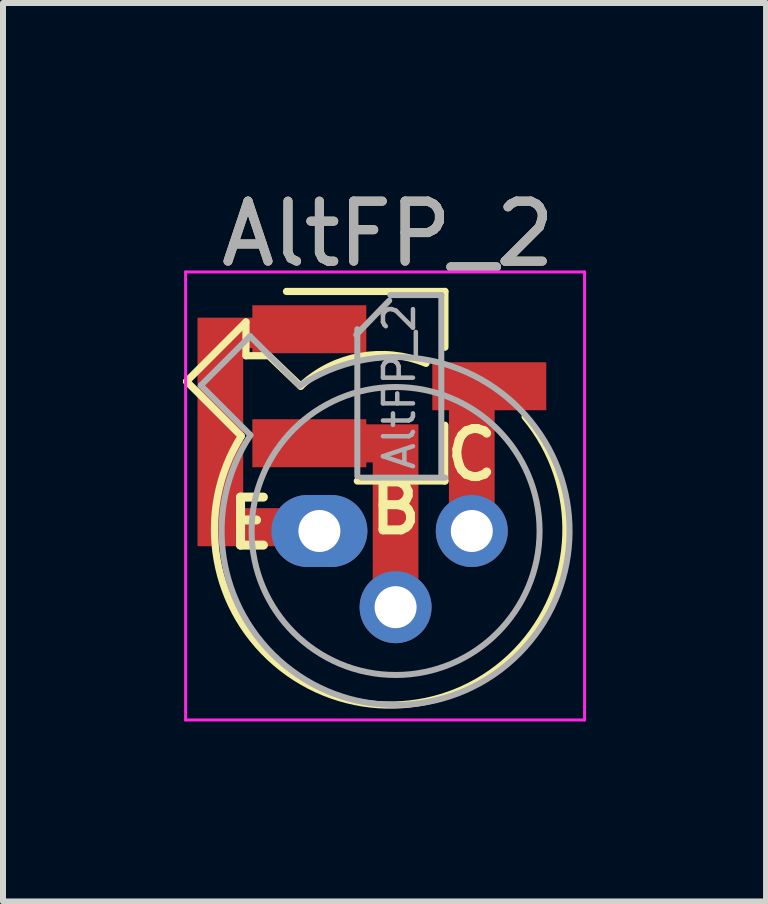
<source format=kicad_pcb>
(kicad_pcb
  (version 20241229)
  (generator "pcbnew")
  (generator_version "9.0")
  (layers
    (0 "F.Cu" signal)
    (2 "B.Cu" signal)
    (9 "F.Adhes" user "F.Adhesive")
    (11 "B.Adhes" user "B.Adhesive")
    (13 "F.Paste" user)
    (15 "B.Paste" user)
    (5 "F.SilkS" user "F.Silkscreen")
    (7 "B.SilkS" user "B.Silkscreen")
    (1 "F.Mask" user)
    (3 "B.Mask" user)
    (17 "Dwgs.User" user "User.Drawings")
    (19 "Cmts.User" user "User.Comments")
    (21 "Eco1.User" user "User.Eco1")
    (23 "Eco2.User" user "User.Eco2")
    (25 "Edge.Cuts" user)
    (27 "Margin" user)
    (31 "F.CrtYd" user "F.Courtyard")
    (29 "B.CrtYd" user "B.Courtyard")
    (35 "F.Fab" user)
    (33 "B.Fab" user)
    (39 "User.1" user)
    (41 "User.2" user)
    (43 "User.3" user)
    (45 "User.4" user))
  (footprint "AltFP_2"
    (layer "F.Cu")
    (at 2.274 5.801)
    (property "Reference" "AltFP_2" (at 1.143 -4.953 0) (layer "F.SilkS") (effects (font (size 1 1) (thickness 0.15))))
    (attr through_hole)
    (fp_rect (start 2.159 -2.159) (end 2.921 -0.127) (stroke (width 0) (type solid)) (fill yes) (layer "F.Cu"))
    (fp_poly (pts (xy 1.651 1.143) (xy 0.889 1.143) (xy 0.889 -1.143) (xy 0.508 -1.143) (xy 0.508 -1.778) (xy 1.651 -1.778)) (stroke (width 0) (type solid)) (fill yes) (layer "F.Cu"))
    (fp_poly (pts (xy -0.381 -3.048) (xy -1.27 -3.048) (xy -1.27 -0.381) (xy -0.254 -0.381) (xy -0.254 0.254) (xy -2.032 0.254) (xy -2.032 -3.556) (xy -1.118 -3.556) (xy -0.381 -3.556)) (stroke (width 0) (type solid)) (fill yes) (layer "F.Cu"))
    (fp_line (start -2.214 -2.494) (end -1.302 -1.582) (stroke (width 0.12) (type solid)) (layer "F.SilkS"))
    (fp_line (start -1.224 -3.484) (end -2.214 -2.494) (stroke (width 0.12) (type solid)) (layer "F.SilkS"))
    (fp_line (start -1.224 -2.921) (end -1.224 -3.484) (stroke (width 0.12) (type solid)) (layer "F.SilkS"))
    (fp_line (start -0.889 -2.921) (end -1.224 -2.921) (stroke (width 0.12) (type solid)) (layer "F.SilkS"))
    (fp_line (start -0.312 -2.413) (end -0.843 -2.921) (stroke (width 0.12) (type solid)) (layer "F.SilkS"))
    (fp_line (start 2.092 -3.993) (end -0.549 -3.993) (stroke (width 0.12) (type solid)) (layer "F.SilkS"))
    (fp_line (start 2.092 -3.993) (end 2.092 -3.063) (stroke (width 0.12) (type solid)) (layer "F.SilkS"))
    (fp_line (start 2.092 -0.833) (end 0.632 -0.833) (stroke (width 0.12) (type solid)) (layer "F.SilkS"))
    (fp_line (start 2.092 -0.833) (end 2.092 -1.763) (stroke (width 0.12) (type solid)) (layer "F.SilkS"))
    (fp_arc (start -0.312331 -2.413) (mid 0.677009 -2.909784) (end 1.778 -2.794) (stroke (width 0.12) (type solid)) (layer "F.SilkS"))
    (fp_arc (start 3.429 -1.905) (mid 1.379712 2.894995) (end -1.302281 -1.582331) (stroke (width 0.12) (type solid)) (layer "F.SilkS"))
    (fp_line (start -2.23 -4.318) (end -2.23 3.15) (stroke (width 0.05) (type solid)) (layer "F.CrtYd"))
    (fp_line (start 4.42 -4.318) (end -2.23 -4.318) (stroke (width 0.05) (type solid)) (layer "F.CrtYd"))
    (fp_line (start 4.42 3.15) (end -2.23 3.15) (stroke (width 0.05) (type solid)) (layer "F.CrtYd"))
    (fp_line (start 4.42 3.15) (end 4.42 -4.318) (stroke (width 0.05) (type solid)) (layer "F.CrtYd"))
    (fp_line (start -1.977 -2.426) (end -1.149 -1.599) (stroke (width 0.1) (type solid)) (layer "F.Fab"))
    (fp_line (start -1.156 -3.247) (end -1.977 -2.426) (stroke (width 0.1) (type solid)) (layer "F.Fab"))
    (fp_line (start -0.329 -2.419) (end -1.156 -3.247) (stroke (width 0.1) (type solid)) (layer "F.Fab"))
    (fp_line (start 0.614 -3.271) (end 1.164 -3.841) (stroke (width 0.1) (type solid)) (layer "F.Fab"))
    (fp_line (start 0.632 -3.363) (end 0.632 -0.913) (stroke (width 0.1) (type solid)) (layer "F.Fab"))
    (fp_line (start 0.697 -0.889) (end 2.097 -0.889) (stroke (width 0.1) (type solid)) (layer "F.Fab"))
    (fp_line (start 1.182 -3.933) (end 2.032 -3.933) (stroke (width 0.1) (type solid)) (layer "F.Fab"))
    (fp_line (start 2.032 -3.933) (end 2.032 -0.893) (stroke (width 0.1) (type solid)) (layer "F.Fab"))
    (fp_arc (start -0.329057 -2.419301) (mid 3.321075 2.050145) (end -1.150029 -1.597956) (stroke (width 0.1) (type solid)) (layer "F.Fab"))
    (fp_circle (center 1.27 0) (end 3.67 0) (stroke (width 0.1) (type solid)) (fill no) (layer "F.Fab"))
    (fp_text user "C" (at 2.54 -1.27 0) (unlocked yes) (layer "F.SilkS") (effects (font (size 0.8 0.8) (thickness 0.15))))
    (fp_text user "B" (at 1.27 -0.381 0) (unlocked yes) (layer "F.SilkS") (effects (font (size 0.8 0.8) (thickness 0.15))))
    (fp_text user "E" (at -1.143 -0.127 0) (unlocked yes) (layer "F.SilkS") (effects (font (size 0.8 0.8) (thickness 0.15))))
    (fp_text user "${REFERENCE}" (at 1.332 -2.413 90) (layer "F.Fab") (effects (font (size 0.5 0.5) (thickness 0.075))))
    (fp_text user "${REFERENCE}" (at 1.143 -4.953 0) (layer "F.Fab") (effects (font (size 1 1) (thickness 0.15))))
    (pad "1" thru_hole oval (at 0 0) (size 1.6 1.2) (drill 0.7) (layers "*.Cu" "*.Mask"))
    (pad "2" thru_hole oval (at 1.27 1.27) (size 1.2 1.2) (drill 0.7) (layers "*.Cu" "*.Mask"))
    (pad "3" thru_hole oval (at 2.54 0) (size 1.2 1.2) (drill 0.7) (layers "*.Cu" "*.Mask"))
    (pad "B" smd rect (at -0.168 -1.463) (size 1.9 0.8) (layers "F.Cu" "F.Mask" "F.Paste"))
    (pad "C" smd rect (at 2.832 -2.413) (size 1.9 0.8) (layers "F.Cu" "F.Mask" "F.Paste"))
    (pad "E" smd rect (at -0.168 -3.363) (size 1.9 0.8) (layers "F.Cu" "F.Mask" "F.Paste")))
  (gr_rect
    (start -3 -3)
    (end 9.719 11.976)
    (stroke (width 0.1) (type default))
    (fill no)
    (layer "Edge.Cuts")))
</source>
